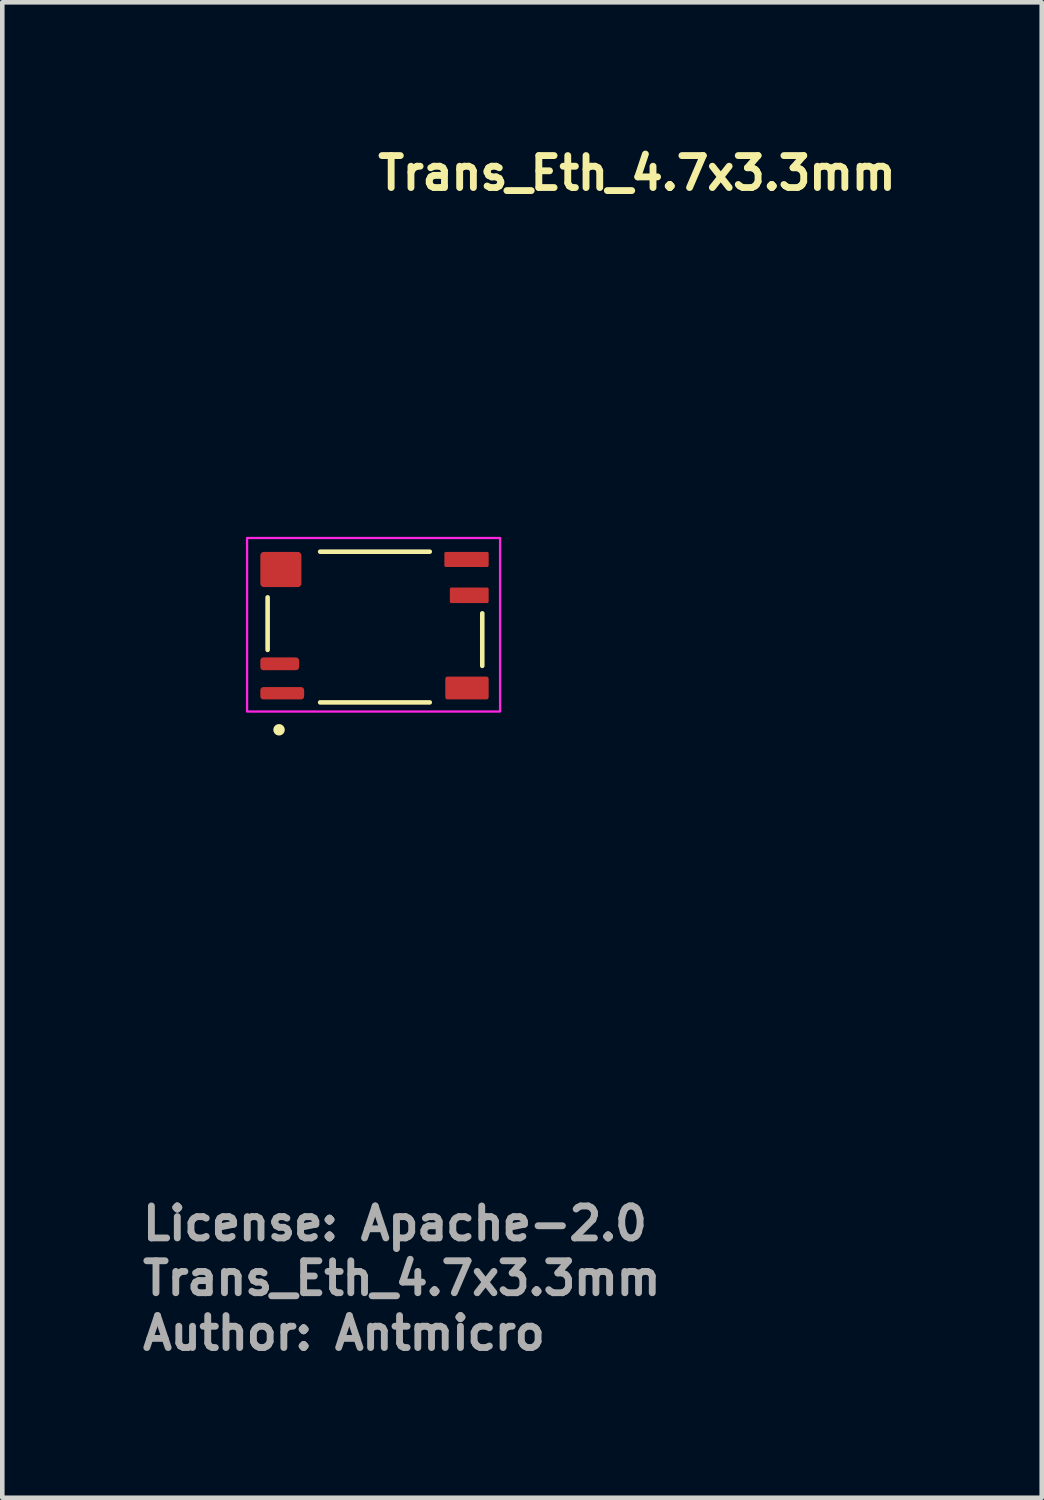
<source format=kicad_pcb>
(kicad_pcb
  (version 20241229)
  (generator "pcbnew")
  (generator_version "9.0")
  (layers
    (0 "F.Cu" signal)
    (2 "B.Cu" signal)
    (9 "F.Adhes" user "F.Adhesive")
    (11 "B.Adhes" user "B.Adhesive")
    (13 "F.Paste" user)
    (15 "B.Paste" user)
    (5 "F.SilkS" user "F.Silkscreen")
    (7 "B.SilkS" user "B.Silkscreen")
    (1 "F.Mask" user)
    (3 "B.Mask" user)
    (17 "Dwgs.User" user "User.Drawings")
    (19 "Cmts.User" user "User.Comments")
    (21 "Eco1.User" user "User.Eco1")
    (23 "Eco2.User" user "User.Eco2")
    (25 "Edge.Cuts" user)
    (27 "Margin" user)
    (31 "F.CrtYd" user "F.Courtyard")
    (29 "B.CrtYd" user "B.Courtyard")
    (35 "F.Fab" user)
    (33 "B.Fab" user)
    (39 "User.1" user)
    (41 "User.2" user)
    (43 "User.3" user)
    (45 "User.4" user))
  (footprint "Trans_Eth_4.7x3.3mm"
    (layer "F.Cu")
    (at 2.96 10.63)
    (property "Reference" "Trans_Eth_4.7x3.3mm" (at 2.19 -9.48 0) (unlocked yes) (layer "F.SilkS") (effects (font (size 0.7 0.7) (thickness 0.15)) (justify left bottom)))
    (attr smd)
    (fp_line (start -0.15 -0.6) (end -0.15 0.55) (stroke (width 0.1) (type default)) (layer "F.SilkS"))
    (fp_line (start 3.4 -1.6) (end 1 -1.6) (stroke (width 0.1) (type default)) (layer "F.SilkS"))
    (fp_line (start 3.4 1.7) (end 1 1.7) (stroke (width 0.1) (type default)) (layer "F.SilkS"))
    (fp_line (start 4.55 -0.25) (end 4.55 0.9) (stroke (width 0.1) (type default)) (layer "F.SilkS"))
    (fp_circle (center 0.1 2.3) (end 0.15 2.3) (stroke (width 0.15) (type solid)) (fill yes) (layer "F.SilkS"))
    (fp_rect (start -0.6 -1.9) (end 4.94 1.9) (stroke (width 0.05) (type solid)) (fill no) (layer "F.CrtYd"))
    (fp_rect (start -0.162 -1.6) (end 4.561 1.703) (stroke (width 0.1) (type solid)) (fill no) (layer "User.5"))
    (fp_line (start -0.162 -1.6) (end -0.162 -0.987) (stroke (width 0.02) (type solid)) (layer "User.9"))
    (fp_line (start -0.162 -0.987) (end -0.16 -0.987) (stroke (width 0.02) (type solid)) (layer "User.9"))
    (fp_line (start -0.161 0.471) (end -0.161 0.953) (stroke (width 0.02) (type solid)) (layer "User.9"))
    (fp_line (start -0.161 0.953) (end -0.16 0.953) (stroke (width 0.02) (type solid)) (layer "User.9"))
    (fp_line (start -0.161 1.251) (end -0.161 1.703) (stroke (width 0.02) (type solid)) (layer "User.9"))
    (fp_line (start -0.161 1.703) (end 0.842 1.703) (stroke (width 0.02) (type solid)) (layer "User.9"))
    (fp_line (start -0.16 -1.598) (end 4.561 -1.598) (stroke (width 0.02) (type solid)) (layer "User.9"))
    (fp_line (start -0.16 0.471) (end -0.161 0.471) (stroke (width 0.02) (type solid)) (layer "User.9"))
    (fp_line (start -0.16 1.251) (end -0.161 1.251) (stroke (width 0.02) (type solid)) (layer "User.9"))
    (fp_line (start -0.16 1.702) (end -0.16 -1.598) (stroke (width 0.02) (type solid)) (layer "User.9"))
    (fp_line (start -0.14 -1.578) (end -0.16 -1.598) (stroke (width 0.02) (type solid)) (layer "User.9"))
    (fp_line (start -0.14 1.682) (end -0.16 1.702) (stroke (width 0.02) (type solid)) (layer "User.9"))
    (fp_line (start 0.842 1.703) (end 0.842 1.702) (stroke (width 0.02) (type solid)) (layer "User.9"))
    (fp_line (start 0.844 -1.6) (end -0.162 -1.6) (stroke (width 0.02) (type solid)) (layer "User.9"))
    (fp_line (start 0.844 -1.598) (end 0.844 -1.6) (stroke (width 0.02) (type solid)) (layer "User.9"))
    (fp_line (start 3.559 -1.599) (end 3.559 -1.598) (stroke (width 0.02) (type solid)) (layer "User.9"))
    (fp_line (start 3.559 1.702) (end 3.559 1.703) (stroke (width 0.02) (type solid)) (layer "User.9"))
    (fp_line (start 3.559 1.703) (end 4.561 1.703) (stroke (width 0.02) (type solid)) (layer "User.9"))
    (fp_line (start 4.54 -1.578) (end 4.561 -1.598) (stroke (width 0.02) (type solid)) (layer "User.9"))
    (fp_line (start 4.54 1.682) (end 4.561 1.702) (stroke (width 0.02) (type solid)) (layer "User.9"))
    (fp_line (start 4.561 -1.598) (end 4.561 1.702) (stroke (width 0.02) (type solid)) (layer "User.9"))
    (fp_line (start 4.561 -1.178) (end 4.561 -1.178) (stroke (width 0.02) (type solid)) (layer "User.9"))
    (fp_line (start 4.561 -0.627) (end 4.561 -0.627) (stroke (width 0.02) (type solid)) (layer "User.9"))
    (fp_line (start 4.561 1.142) (end 4.561 1.142) (stroke (width 0.02) (type solid)) (layer "User.9"))
    (fp_line (start 4.561 1.702) (end -0.16 1.702) (stroke (width 0.02) (type solid)) (layer "User.9"))
    (fp_line (start 4.561 -1.599) (end 3.559 -1.599) (stroke (width 0.02) (type solid)) (layer "User.9"))
    (fp_line (start 4.561 -1.178) (end 4.561 -1.599) (stroke (width 0.02) (type solid)) (layer "User.9"))
    (fp_line (start 4.561 -0.949) (end 4.561 -0.949) (stroke (width 0.02) (type solid)) (layer "User.9"))
    (fp_line (start 4.561 -0.627) (end 4.561 -0.949) (stroke (width 0.02) (type solid)) (layer "User.9"))
    (fp_line (start 4.561 0.821) (end 4.561 0.821) (stroke (width 0.02) (type solid)) (layer "User.9"))
    (fp_line (start 4.561 1.142) (end 4.561 0.821) (stroke (width 0.02) (type solid)) (layer "User.9"))
    (fp_line (start 4.561 1.281) (end 4.561 1.281) (stroke (width 0.02) (type solid)) (layer "User.9"))
    (fp_line (start 4.561 1.703) (end 4.561 1.281) (stroke (width 0.02) (type solid)) (layer "User.9"))
    (fp_text user "License: Apache-2.0" (at -2.96 13.52 0) (layer "F.Fab") (effects (font (size 0.7 0.7) (thickness 0.15)) (justify left bottom)))
    (fp_text user "Author: Antmicro" (at -2.96 15.92 0) (layer "F.Fab") (effects (font (size 0.7 0.7) (thickness 0.15)) (justify left bottom)))
    (fp_text user "${REFERENCE}" (at -2.96 14.72 0) (unlocked yes) (layer "F.Fab") (effects (font (size 0.7 0.7) (thickness 0.15)) (justify left bottom)))
    (pad "1" smd roundrect (at 0.17 1.5) (size 0.96 0.27) (layers "F.Cu" "F.Mask" "F.Paste") (roundrect_rratio 0.25))
    (pad "2" smd roundrect (at 0.115 0.855) (size 0.85 0.28) (layers "F.Cu" "F.Mask" "F.Paste") (roundrect_rratio 0.25))
    (pad "3" smd roundrect (at 0.14 -1.21) (size 0.9 0.77) (layers "F.Cu" "F.Mask" "F.Paste") (roundrect_rratio 0.1))
    (pad "5" smd roundrect (at 4.215 1.385) (size 0.95 0.5) (layers "F.Cu" "F.Mask" "F.Paste") (roundrect_rratio 0.1))
    (pad "6" smd roundrect (at 4.265 -0.645) (size 0.85 0.34) (layers "F.Cu" "F.Mask" "F.Paste") (roundrect_rratio 0.1))
    (pad "7" smd roundrect (at 4.205 -1.43) (size 0.97 0.33) (layers "F.Cu" "F.Mask" "F.Paste") (roundrect_rratio 0.1)))
  (gr_rect
    (start -3 -3)
    (end 19.76 29.745)
    (stroke (width 0.1) (type default))
    (fill no)
    (layer "Edge.Cuts")))
</source>
